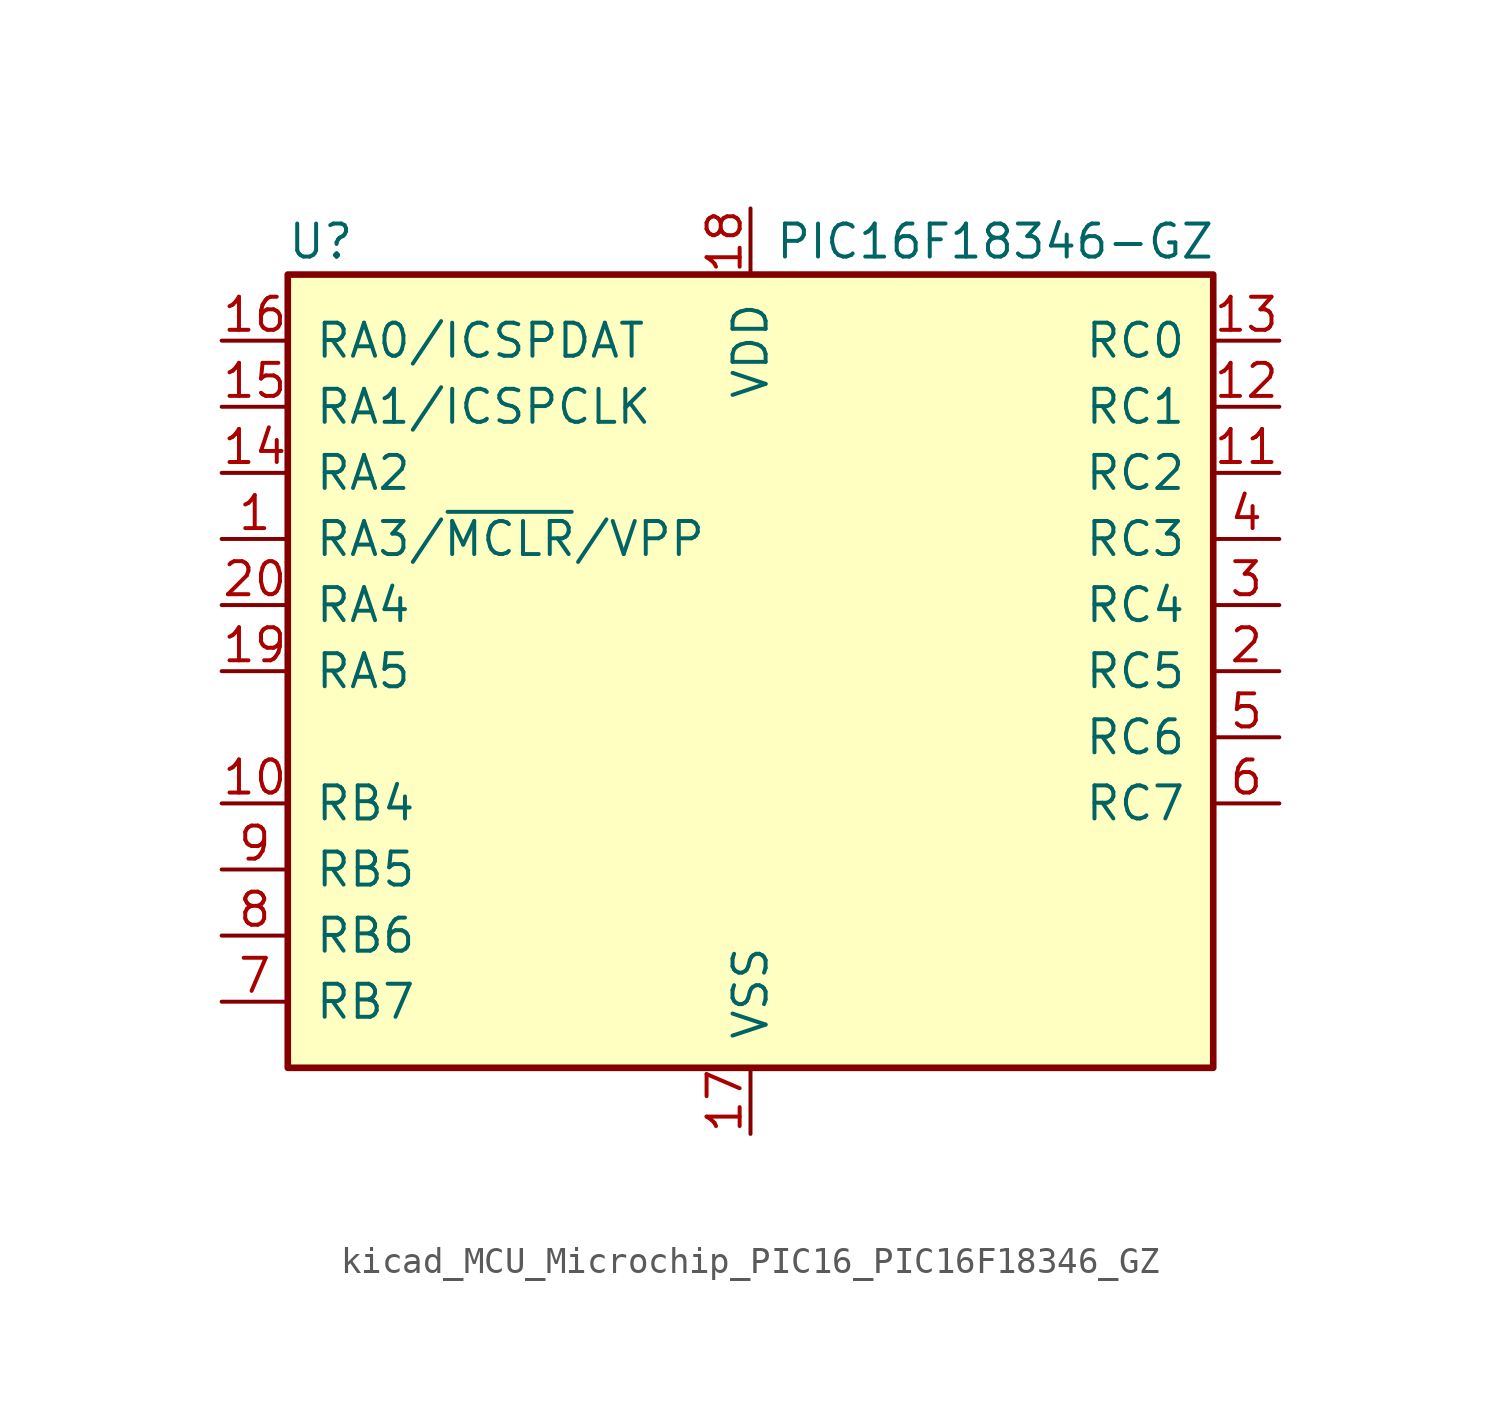
<source format=kicad_sym>
(kicad_symbol_lib
  (version 20220914)
  (generator kicad_symbol_editor)
  (symbol "kicad_MCU_Microchip_PIC16_PIC16F18346_GZ"
    (pin_names
      (offset 1.016))
    (property "Reference" "U"
      (at -16.51 16.51 0)
      (effects (font (size 1.27 1.27))))
    (property "Value" "PIC16F18346-GZ"
      (at 9.398 16.51 0)
      (effects (font (size 1.27 1.27))))
    (symbol "kicad_MCU_Microchip_PIC16_PIC16F18346_GZ_0_1"
      (rectangle (start -17.78 15.24) (end 17.78 -15.24) (stroke (width 0.254) (type default)) (fill (type background))))
    (symbol "kicad_MCU_Microchip_PIC16_PIC16F18346_GZ_1_1"
      (pin bidirectional line (at -20.32 5.08 0) (length 2.54) (name "RA3/~{MCLR}/VPP" (effects (font (size 1.27 1.27)))) (number "1" (effects (font (size 1.27 1.27)))))
      (pin bidirectional line (at -20.32 -5.08 0) (length 2.54) (name "RB4" (effects (font (size 1.27 1.27)))) (number "10" (effects (font (size 1.27 1.27)))))
      (pin bidirectional line (at 20.32 7.62 180) (length 2.54) (name "RC2" (effects (font (size 1.27 1.27)))) (number "11" (effects (font (size 1.27 1.27)))))
      (pin bidirectional line (at 20.32 10.16 180) (length 2.54) (name "RC1" (effects (font (size 1.27 1.27)))) (number "12" (effects (font (size 1.27 1.27)))))
      (pin bidirectional line (at 20.32 12.7 180) (length 2.54) (name "RC0" (effects (font (size 1.27 1.27)))) (number "13" (effects (font (size 1.27 1.27)))))
      (pin bidirectional line (at -20.32 7.62 0) (length 2.54) (name "RA2" (effects (font (size 1.27 1.27)))) (number "14" (effects (font (size 1.27 1.27)))))
      (pin bidirectional line (at -20.32 10.16 0) (length 2.54) (name "RA1/ICSPCLK" (effects (font (size 1.27 1.27)))) (number "15" (effects (font (size 1.27 1.27)))))
      (pin bidirectional line (at -20.32 12.7 0) (length 2.54) (name "RA0/ICSPDAT" (effects (font (size 1.27 1.27)))) (number "16" (effects (font (size 1.27 1.27)))))
      (pin power_in line (at 0 -17.78 90) (length 2.54) (name "VSS" (effects (font (size 1.27 1.27)))) (number "17" (effects (font (size 1.27 1.27)))))
      (pin power_in line (at 0 17.78 270) (length 2.54) (name "VDD" (effects (font (size 1.27 1.27)))) (number "18" (effects (font (size 1.27 1.27)))))
      (pin bidirectional line (at -20.32 0 0) (length 2.54) (name "RA5" (effects (font (size 1.27 1.27)))) (number "19" (effects (font (size 1.27 1.27)))))
      (pin bidirectional line (at 20.32 0 180) (length 2.54) (name "RC5" (effects (font (size 1.27 1.27)))) (number "2" (effects (font (size 1.27 1.27)))))
      (pin bidirectional line (at -20.32 2.54 0) (length 2.54) (name "RA4" (effects (font (size 1.27 1.27)))) (number "20" (effects (font (size 1.27 1.27)))))
      (pin bidirectional line (at 20.32 2.54 180) (length 2.54) (name "RC4" (effects (font (size 1.27 1.27)))) (number "3" (effects (font (size 1.27 1.27)))))
      (pin bidirectional line (at 20.32 5.08 180) (length 2.54) (name "RC3" (effects (font (size 1.27 1.27)))) (number "4" (effects (font (size 1.27 1.27)))))
      (pin bidirectional line (at 20.32 -2.54 180) (length 2.54) (name "RC6" (effects (font (size 1.27 1.27)))) (number "5" (effects (font (size 1.27 1.27)))))
      (pin bidirectional line (at 20.32 -5.08 180) (length 2.54) (name "RC7" (effects (font (size 1.27 1.27)))) (number "6" (effects (font (size 1.27 1.27)))))
      (pin bidirectional line (at -20.32 -12.7 0) (length 2.54) (name "RB7" (effects (font (size 1.27 1.27)))) (number "7" (effects (font (size 1.27 1.27)))))
      (pin bidirectional line (at -20.32 -10.16 0) (length 2.54) (name "RB6" (effects (font (size 1.27 1.27)))) (number "8" (effects (font (size 1.27 1.27)))))
      (pin bidirectional line (at -20.32 -7.62 0) (length 2.54) (name "RB5" (effects (font (size 1.27 1.27)))) (number "9" (effects (font (size 1.27 1.27))))))))
</source>
